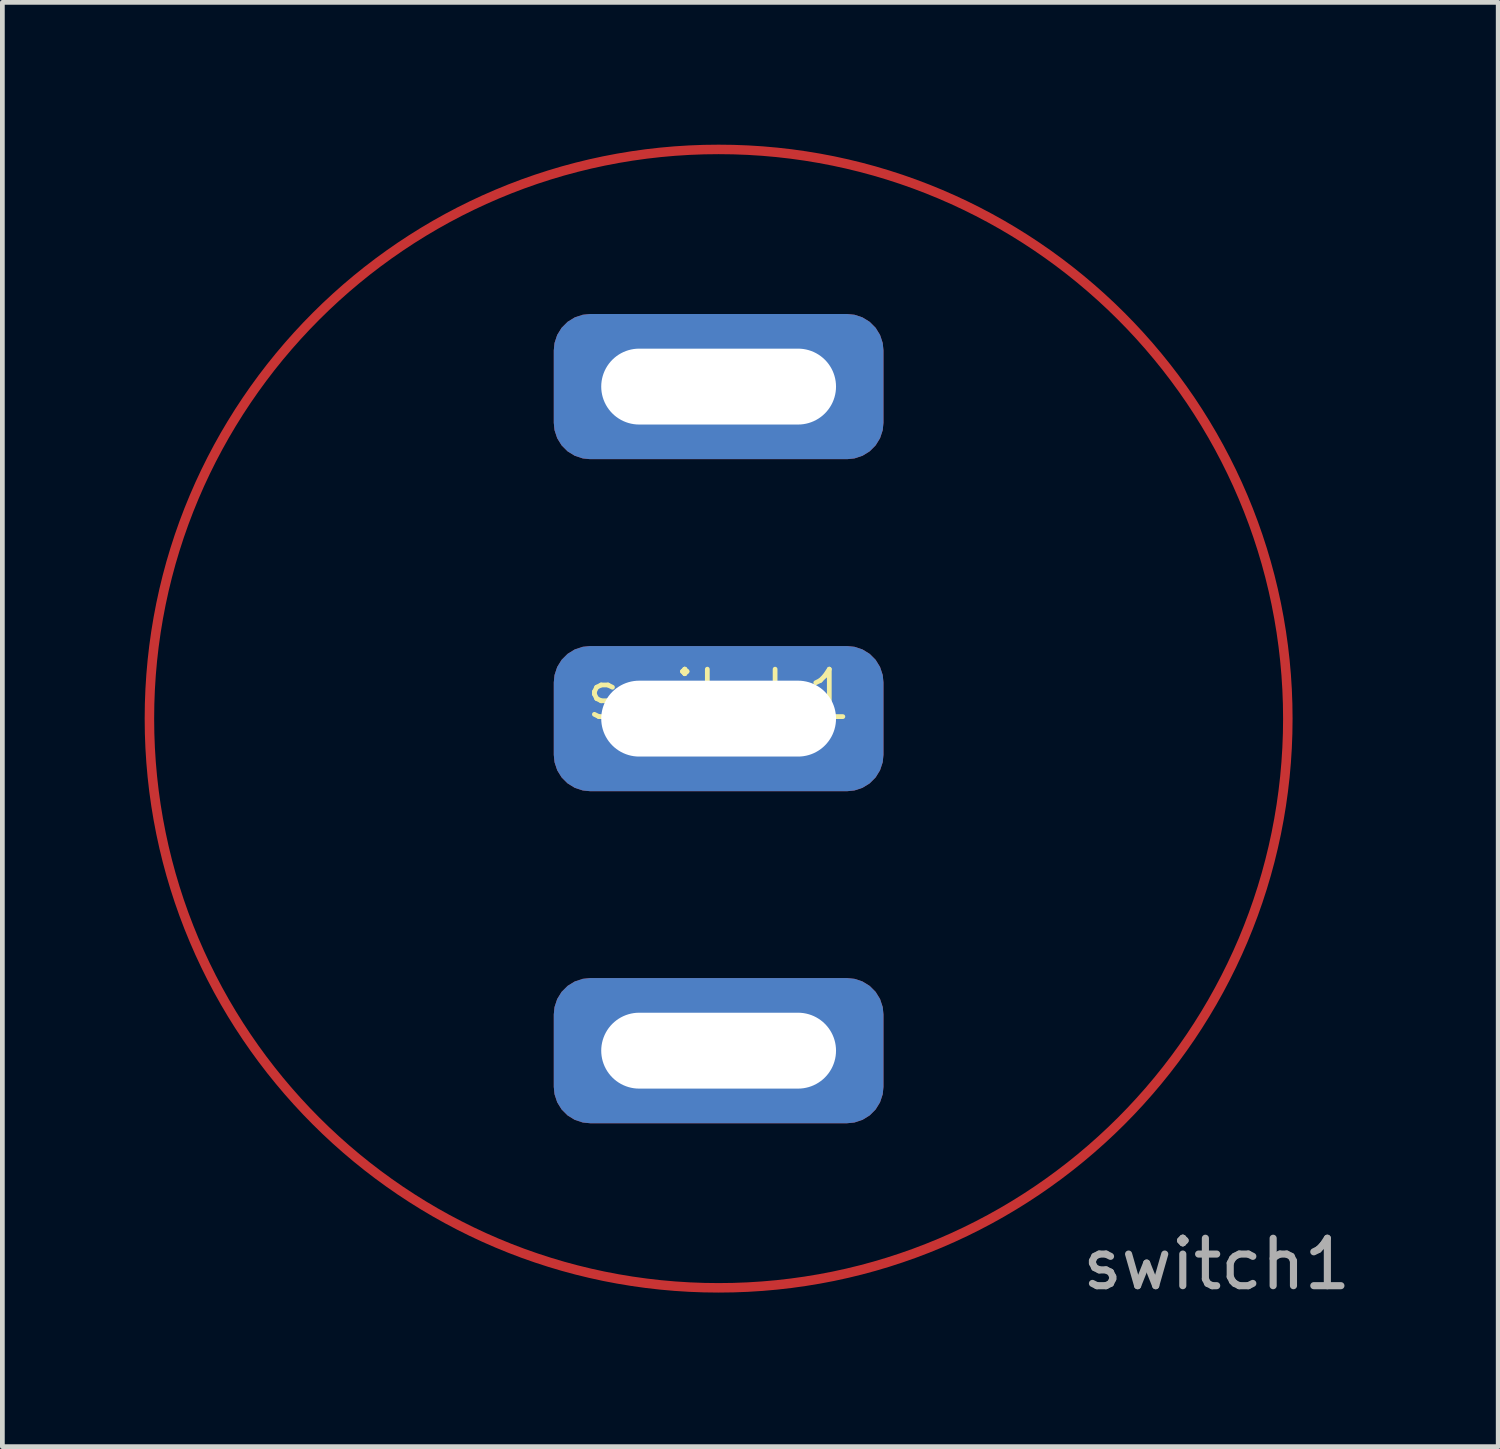
<source format=kicad_pcb>
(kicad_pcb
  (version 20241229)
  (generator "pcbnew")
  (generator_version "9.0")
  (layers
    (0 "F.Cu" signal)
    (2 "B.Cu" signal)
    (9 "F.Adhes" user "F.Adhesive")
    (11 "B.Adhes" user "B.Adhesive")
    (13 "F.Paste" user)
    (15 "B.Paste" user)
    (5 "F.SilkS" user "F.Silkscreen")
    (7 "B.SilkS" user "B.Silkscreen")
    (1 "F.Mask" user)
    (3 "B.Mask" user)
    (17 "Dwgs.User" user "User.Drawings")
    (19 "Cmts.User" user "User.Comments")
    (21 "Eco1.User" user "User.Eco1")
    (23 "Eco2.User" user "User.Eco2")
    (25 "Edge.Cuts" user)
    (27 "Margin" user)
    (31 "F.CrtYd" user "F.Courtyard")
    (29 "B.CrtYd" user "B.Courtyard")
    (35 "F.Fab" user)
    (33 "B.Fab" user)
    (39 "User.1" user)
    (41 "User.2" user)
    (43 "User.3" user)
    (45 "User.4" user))
  (footprint "switch1"
    (layer "F.Cu")
    (at 12.1 12.1)
    (property "Reference" "switch1" (at 0 -0.5 0) (unlocked yes) (layer "F.SilkS") (effects (font (size 1 1) (thickness 0.1))))
    (attr smd)
    (fp_circle (center 0 0) (end 12 0) (stroke (width 0.2) (type default)) (fill no) (layer "F.Cu"))
    (fp_text user "${REFERENCE}" (at 10.5 11.5 0) (unlocked yes) (layer "F.Fab") (effects (font (size 1 1) (thickness 0.15))))
    (pad "1" thru_hole roundrect (at 0 -7) (size 6.95 3.06) (drill oval 4.95 1.6) (layers "*.Cu" "*.Mask") (roundrect_rratio 0.25))
    (pad "2" thru_hole roundrect (at 0 0) (size 6.95 3.06) (drill oval 4.95 1.6) (layers "*.Cu" "*.Mask") (roundrect_rratio 0.25))
    (pad "3" thru_hole roundrect (at 0 7) (size 6.95 3.06) (drill oval 4.95 1.6) (layers "*.Cu" "*.Mask") (roundrect_rratio 0.25)))
  (gr_rect
    (start -3 -3)
    (end 28.535 27.448)
    (stroke (width 0.1) (type default))
    (fill no)
    (layer "Edge.Cuts")))
</source>
